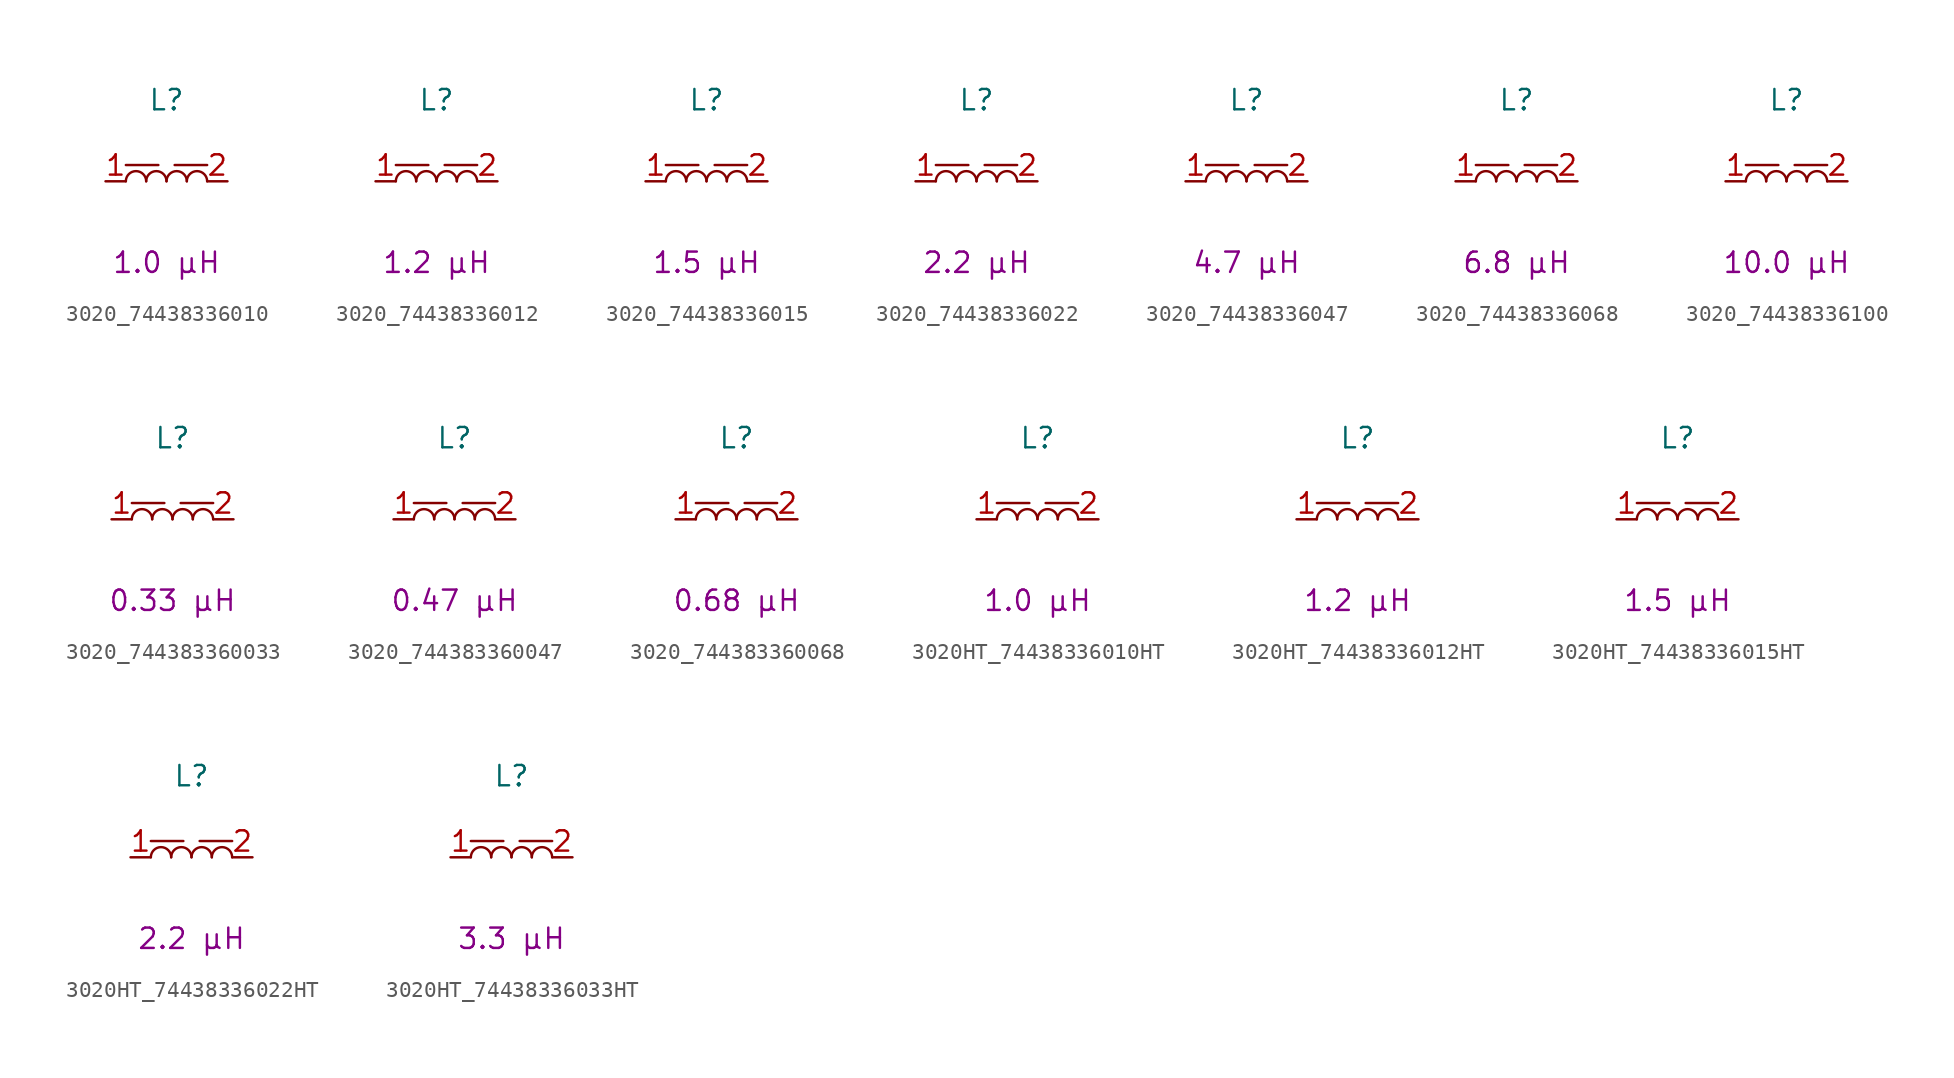
<source format=kicad_sym>
(kicad_symbol_lib
  (version 20241209)
  (generator "kicad_symbol_editor")
  (generator_version "9.0")
  (symbol "3020_74438336010"
    (pin_names
      (hide yes))
    (property "Reference" "L"
      (at 0 5.08 0)
      (effects (font (size 1.27 1.27))))
    (property "Critical Parameter" "1.0 µH"
      (at 0 -5.08 0)
      (effects (font (size 1.27 1.27))))
    (symbol "3020_74438336010_0_1"
      (polyline (pts (xy -2.54 1.016) (xy -0.508 1.016)) (stroke (width 0) (type default)) (fill (type none)))
      (arc (start -2.54 0) (mid -1.905 0.6323) (end -1.27 0) (stroke (width 0) (type default)) (fill (type none)))
      (arc (start -1.27 0) (mid -0.635 0.6323) (end 0 0) (stroke (width 0) (type default)) (fill (type none)))
      (arc (start 0 0) (mid 0.635 0.6323) (end 1.27 0) (stroke (width 0) (type default)) (fill (type none)))
      (arc (start 1.27 0) (mid 1.905 0.6323) (end 2.54 0) (stroke (width 0) (type default)) (fill (type none))))
    (symbol "3020_74438336010_1_1"
      (polyline (pts (xy 2.54 1.016) (xy 0.508 1.016)) (stroke (width 0) (type default)) (fill (type none)))
      (pin passive line (at -3.81 0 0) (length 1.27) (name "1" (effects (font (size 1.27 1.27)))) (number "1" (effects (font (size 1.27 1.27)))))
      (pin passive line (at 3.81 0 180) (length 1.27) (name "2" (effects (font (size 1.27 1.27)))) (number "2" (effects (font (size 1.27 1.27)))))))
  (symbol "3020_74438336012"
    (pin_names
      (hide yes))
    (property "Reference" "L"
      (at 0 5.08 0)
      (effects (font (size 1.27 1.27))))
    (property "Critical Parameter" "1.2 µH"
      (at 0 -5.08 0)
      (effects (font (size 1.27 1.27))))
    (symbol "3020_74438336012_0_1"
      (polyline (pts (xy -2.54 1.016) (xy -0.508 1.016)) (stroke (width 0) (type default)) (fill (type none)))
      (arc (start -2.54 0) (mid -1.905 0.6323) (end -1.27 0) (stroke (width 0) (type default)) (fill (type none)))
      (arc (start -1.27 0) (mid -0.635 0.6323) (end 0 0) (stroke (width 0) (type default)) (fill (type none)))
      (arc (start 0 0) (mid 0.635 0.6323) (end 1.27 0) (stroke (width 0) (type default)) (fill (type none)))
      (arc (start 1.27 0) (mid 1.905 0.6323) (end 2.54 0) (stroke (width 0) (type default)) (fill (type none))))
    (symbol "3020_74438336012_1_1"
      (polyline (pts (xy 2.54 1.016) (xy 0.508 1.016)) (stroke (width 0) (type default)) (fill (type none)))
      (pin passive line (at -3.81 0 0) (length 1.27) (name "1" (effects (font (size 1.27 1.27)))) (number "1" (effects (font (size 1.27 1.27)))))
      (pin passive line (at 3.81 0 180) (length 1.27) (name "2" (effects (font (size 1.27 1.27)))) (number "2" (effects (font (size 1.27 1.27)))))))
  (symbol "3020_74438336015"
    (pin_names
      (hide yes))
    (property "Reference" "L"
      (at 0 5.08 0)
      (effects (font (size 1.27 1.27))))
    (property "Critical Parameter" "1.5 µH"
      (at 0 -5.08 0)
      (effects (font (size 1.27 1.27))))
    (symbol "3020_74438336015_0_1"
      (polyline (pts (xy -2.54 1.016) (xy -0.508 1.016)) (stroke (width 0) (type default)) (fill (type none)))
      (arc (start -2.54 0) (mid -1.905 0.6323) (end -1.27 0) (stroke (width 0) (type default)) (fill (type none)))
      (arc (start -1.27 0) (mid -0.635 0.6323) (end 0 0) (stroke (width 0) (type default)) (fill (type none)))
      (arc (start 0 0) (mid 0.635 0.6323) (end 1.27 0) (stroke (width 0) (type default)) (fill (type none)))
      (arc (start 1.27 0) (mid 1.905 0.6323) (end 2.54 0) (stroke (width 0) (type default)) (fill (type none))))
    (symbol "3020_74438336015_1_1"
      (polyline (pts (xy 2.54 1.016) (xy 0.508 1.016)) (stroke (width 0) (type default)) (fill (type none)))
      (pin passive line (at -3.81 0 0) (length 1.27) (name "1" (effects (font (size 1.27 1.27)))) (number "1" (effects (font (size 1.27 1.27)))))
      (pin passive line (at 3.81 0 180) (length 1.27) (name "2" (effects (font (size 1.27 1.27)))) (number "2" (effects (font (size 1.27 1.27)))))))
  (symbol "3020_74438336022"
    (pin_names
      (hide yes))
    (property "Reference" "L"
      (at 0 5.08 0)
      (effects (font (size 1.27 1.27))))
    (property "Critical Parameter" "2.2 µH"
      (at 0 -5.08 0)
      (effects (font (size 1.27 1.27))))
    (symbol "3020_74438336022_0_1"
      (polyline (pts (xy -2.54 1.016) (xy -0.508 1.016)) (stroke (width 0) (type default)) (fill (type none)))
      (arc (start -2.54 0) (mid -1.905 0.6323) (end -1.27 0) (stroke (width 0) (type default)) (fill (type none)))
      (arc (start -1.27 0) (mid -0.635 0.6323) (end 0 0) (stroke (width 0) (type default)) (fill (type none)))
      (arc (start 0 0) (mid 0.635 0.6323) (end 1.27 0) (stroke (width 0) (type default)) (fill (type none)))
      (arc (start 1.27 0) (mid 1.905 0.6323) (end 2.54 0) (stroke (width 0) (type default)) (fill (type none))))
    (symbol "3020_74438336022_1_1"
      (polyline (pts (xy 2.54 1.016) (xy 0.508 1.016)) (stroke (width 0) (type default)) (fill (type none)))
      (pin passive line (at -3.81 0 0) (length 1.27) (name "1" (effects (font (size 1.27 1.27)))) (number "1" (effects (font (size 1.27 1.27)))))
      (pin passive line (at 3.81 0 180) (length 1.27) (name "2" (effects (font (size 1.27 1.27)))) (number "2" (effects (font (size 1.27 1.27)))))))
  (symbol "3020_74438336047"
    (pin_names
      (hide yes))
    (property "Reference" "L"
      (at 0 5.08 0)
      (effects (font (size 1.27 1.27))))
    (property "Critical Parameter" "4.7 µH"
      (at 0 -5.08 0)
      (effects (font (size 1.27 1.27))))
    (symbol "3020_74438336047_0_1"
      (polyline (pts (xy -2.54 1.016) (xy -0.508 1.016)) (stroke (width 0) (type default)) (fill (type none)))
      (arc (start -2.54 0) (mid -1.905 0.6323) (end -1.27 0) (stroke (width 0) (type default)) (fill (type none)))
      (arc (start -1.27 0) (mid -0.635 0.6323) (end 0 0) (stroke (width 0) (type default)) (fill (type none)))
      (arc (start 0 0) (mid 0.635 0.6323) (end 1.27 0) (stroke (width 0) (type default)) (fill (type none)))
      (arc (start 1.27 0) (mid 1.905 0.6323) (end 2.54 0) (stroke (width 0) (type default)) (fill (type none))))
    (symbol "3020_74438336047_1_1"
      (polyline (pts (xy 2.54 1.016) (xy 0.508 1.016)) (stroke (width 0) (type default)) (fill (type none)))
      (pin passive line (at -3.81 0 0) (length 1.27) (name "1" (effects (font (size 1.27 1.27)))) (number "1" (effects (font (size 1.27 1.27)))))
      (pin passive line (at 3.81 0 180) (length 1.27) (name "2" (effects (font (size 1.27 1.27)))) (number "2" (effects (font (size 1.27 1.27)))))))
  (symbol "3020_74438336068"
    (pin_names
      (hide yes))
    (property "Reference" "L"
      (at 0 5.08 0)
      (effects (font (size 1.27 1.27))))
    (property "Critical Parameter" "6.8 µH"
      (at 0 -5.08 0)
      (effects (font (size 1.27 1.27))))
    (symbol "3020_74438336068_0_1"
      (polyline (pts (xy -2.54 1.016) (xy -0.508 1.016)) (stroke (width 0) (type default)) (fill (type none)))
      (arc (start -2.54 0) (mid -1.905 0.6323) (end -1.27 0) (stroke (width 0) (type default)) (fill (type none)))
      (arc (start -1.27 0) (mid -0.635 0.6323) (end 0 0) (stroke (width 0) (type default)) (fill (type none)))
      (arc (start 0 0) (mid 0.635 0.6323) (end 1.27 0) (stroke (width 0) (type default)) (fill (type none)))
      (arc (start 1.27 0) (mid 1.905 0.6323) (end 2.54 0) (stroke (width 0) (type default)) (fill (type none))))
    (symbol "3020_74438336068_1_1"
      (polyline (pts (xy 2.54 1.016) (xy 0.508 1.016)) (stroke (width 0) (type default)) (fill (type none)))
      (pin passive line (at -3.81 0 0) (length 1.27) (name "1" (effects (font (size 1.27 1.27)))) (number "1" (effects (font (size 1.27 1.27)))))
      (pin passive line (at 3.81 0 180) (length 1.27) (name "2" (effects (font (size 1.27 1.27)))) (number "2" (effects (font (size 1.27 1.27)))))))
  (symbol "3020_74438336100"
    (pin_names
      (hide yes))
    (property "Reference" "L"
      (at 0 5.08 0)
      (effects (font (size 1.27 1.27))))
    (property "Critical Parameter" "10.0 µH"
      (at 0 -5.08 0)
      (effects (font (size 1.27 1.27))))
    (symbol "3020_74438336100_0_1"
      (polyline (pts (xy -2.54 1.016) (xy -0.508 1.016)) (stroke (width 0) (type default)) (fill (type none)))
      (arc (start -2.54 0) (mid -1.905 0.6323) (end -1.27 0) (stroke (width 0) (type default)) (fill (type none)))
      (arc (start -1.27 0) (mid -0.635 0.6323) (end 0 0) (stroke (width 0) (type default)) (fill (type none)))
      (arc (start 0 0) (mid 0.635 0.6323) (end 1.27 0) (stroke (width 0) (type default)) (fill (type none)))
      (arc (start 1.27 0) (mid 1.905 0.6323) (end 2.54 0) (stroke (width 0) (type default)) (fill (type none))))
    (symbol "3020_74438336100_1_1"
      (polyline (pts (xy 2.54 1.016) (xy 0.508 1.016)) (stroke (width 0) (type default)) (fill (type none)))
      (pin passive line (at -3.81 0 0) (length 1.27) (name "1" (effects (font (size 1.27 1.27)))) (number "1" (effects (font (size 1.27 1.27)))))
      (pin passive line (at 3.81 0 180) (length 1.27) (name "2" (effects (font (size 1.27 1.27)))) (number "2" (effects (font (size 1.27 1.27)))))))
  (symbol "3020_744383360033"
    (pin_names
      (hide yes))
    (property "Reference" "L"
      (at 0 5.08 0)
      (effects (font (size 1.27 1.27))))
    (property "Critical Parameter" "0.33 µH"
      (at 0 -5.08 0)
      (effects (font (size 1.27 1.27))))
    (symbol "3020_744383360033_0_1"
      (polyline (pts (xy -2.54 1.016) (xy -0.508 1.016)) (stroke (width 0) (type default)) (fill (type none)))
      (arc (start -2.54 0) (mid -1.905 0.6323) (end -1.27 0) (stroke (width 0) (type default)) (fill (type none)))
      (arc (start -1.27 0) (mid -0.635 0.6323) (end 0 0) (stroke (width 0) (type default)) (fill (type none)))
      (arc (start 0 0) (mid 0.635 0.6323) (end 1.27 0) (stroke (width 0) (type default)) (fill (type none)))
      (arc (start 1.27 0) (mid 1.905 0.6323) (end 2.54 0) (stroke (width 0) (type default)) (fill (type none))))
    (symbol "3020_744383360033_1_1"
      (polyline (pts (xy 2.54 1.016) (xy 0.508 1.016)) (stroke (width 0) (type default)) (fill (type none)))
      (pin passive line (at -3.81 0 0) (length 1.27) (name "1" (effects (font (size 1.27 1.27)))) (number "1" (effects (font (size 1.27 1.27)))))
      (pin passive line (at 3.81 0 180) (length 1.27) (name "2" (effects (font (size 1.27 1.27)))) (number "2" (effects (font (size 1.27 1.27)))))))
  (symbol "3020_744383360047"
    (pin_names
      (hide yes))
    (property "Reference" "L"
      (at 0 5.08 0)
      (effects (font (size 1.27 1.27))))
    (property "Critical Parameter" "0.47 µH"
      (at 0 -5.08 0)
      (effects (font (size 1.27 1.27))))
    (symbol "3020_744383360047_0_1"
      (polyline (pts (xy -2.54 1.016) (xy -0.508 1.016)) (stroke (width 0) (type default)) (fill (type none)))
      (arc (start -2.54 0) (mid -1.905 0.6323) (end -1.27 0) (stroke (width 0) (type default)) (fill (type none)))
      (arc (start -1.27 0) (mid -0.635 0.6323) (end 0 0) (stroke (width 0) (type default)) (fill (type none)))
      (arc (start 0 0) (mid 0.635 0.6323) (end 1.27 0) (stroke (width 0) (type default)) (fill (type none)))
      (arc (start 1.27 0) (mid 1.905 0.6323) (end 2.54 0) (stroke (width 0) (type default)) (fill (type none))))
    (symbol "3020_744383360047_1_1"
      (polyline (pts (xy 2.54 1.016) (xy 0.508 1.016)) (stroke (width 0) (type default)) (fill (type none)))
      (pin passive line (at -3.81 0 0) (length 1.27) (name "1" (effects (font (size 1.27 1.27)))) (number "1" (effects (font (size 1.27 1.27)))))
      (pin passive line (at 3.81 0 180) (length 1.27) (name "2" (effects (font (size 1.27 1.27)))) (number "2" (effects (font (size 1.27 1.27)))))))
  (symbol "3020_744383360068"
    (pin_names
      (hide yes))
    (property "Reference" "L"
      (at 0 5.08 0)
      (effects (font (size 1.27 1.27))))
    (property "Critical Parameter" "0.68 µH"
      (at 0 -5.08 0)
      (effects (font (size 1.27 1.27))))
    (symbol "3020_744383360068_0_1"
      (polyline (pts (xy -2.54 1.016) (xy -0.508 1.016)) (stroke (width 0) (type default)) (fill (type none)))
      (arc (start -2.54 0) (mid -1.905 0.6323) (end -1.27 0) (stroke (width 0) (type default)) (fill (type none)))
      (arc (start -1.27 0) (mid -0.635 0.6323) (end 0 0) (stroke (width 0) (type default)) (fill (type none)))
      (arc (start 0 0) (mid 0.635 0.6323) (end 1.27 0) (stroke (width 0) (type default)) (fill (type none)))
      (arc (start 1.27 0) (mid 1.905 0.6323) (end 2.54 0) (stroke (width 0) (type default)) (fill (type none))))
    (symbol "3020_744383360068_1_1"
      (polyline (pts (xy 2.54 1.016) (xy 0.508 1.016)) (stroke (width 0) (type default)) (fill (type none)))
      (pin passive line (at -3.81 0 0) (length 1.27) (name "1" (effects (font (size 1.27 1.27)))) (number "1" (effects (font (size 1.27 1.27)))))
      (pin passive line (at 3.81 0 180) (length 1.27) (name "2" (effects (font (size 1.27 1.27)))) (number "2" (effects (font (size 1.27 1.27)))))))
  (symbol "3020HT_74438336010HT"
    (pin_names
      (hide yes))
    (property "Reference" "L"
      (at 0 5.08 0)
      (effects (font (size 1.27 1.27))))
    (property "Critical Parameter" "1.0 µH"
      (at 0 -5.08 0)
      (effects (font (size 1.27 1.27))))
    (symbol "3020HT_74438336010HT_0_1"
      (polyline (pts (xy -2.54 1.016) (xy -0.508 1.016)) (stroke (width 0) (type default)) (fill (type none)))
      (arc (start -2.54 0) (mid -1.905 0.6323) (end -1.27 0) (stroke (width 0) (type default)) (fill (type none)))
      (arc (start -1.27 0) (mid -0.635 0.6323) (end 0 0) (stroke (width 0) (type default)) (fill (type none)))
      (arc (start 0 0) (mid 0.635 0.6323) (end 1.27 0) (stroke (width 0) (type default)) (fill (type none)))
      (arc (start 1.27 0) (mid 1.905 0.6323) (end 2.54 0) (stroke (width 0) (type default)) (fill (type none))))
    (symbol "3020HT_74438336010HT_1_1"
      (polyline (pts (xy 2.54 1.016) (xy 0.508 1.016)) (stroke (width 0) (type default)) (fill (type none)))
      (pin passive line (at -3.81 0 0) (length 1.27) (name "1" (effects (font (size 1.27 1.27)))) (number "1" (effects (font (size 1.27 1.27)))))
      (pin passive line (at 3.81 0 180) (length 1.27) (name "2" (effects (font (size 1.27 1.27)))) (number "2" (effects (font (size 1.27 1.27)))))))
  (symbol "3020HT_74438336012HT"
    (pin_names
      (hide yes))
    (property "Reference" "L"
      (at 0 5.08 0)
      (effects (font (size 1.27 1.27))))
    (property "Critical Parameter" "1.2 µH"
      (at 0 -5.08 0)
      (effects (font (size 1.27 1.27))))
    (symbol "3020HT_74438336012HT_0_1"
      (polyline (pts (xy -2.54 1.016) (xy -0.508 1.016)) (stroke (width 0) (type default)) (fill (type none)))
      (arc (start -2.54 0) (mid -1.905 0.6323) (end -1.27 0) (stroke (width 0) (type default)) (fill (type none)))
      (arc (start -1.27 0) (mid -0.635 0.6323) (end 0 0) (stroke (width 0) (type default)) (fill (type none)))
      (arc (start 0 0) (mid 0.635 0.6323) (end 1.27 0) (stroke (width 0) (type default)) (fill (type none)))
      (arc (start 1.27 0) (mid 1.905 0.6323) (end 2.54 0) (stroke (width 0) (type default)) (fill (type none))))
    (symbol "3020HT_74438336012HT_1_1"
      (polyline (pts (xy 2.54 1.016) (xy 0.508 1.016)) (stroke (width 0) (type default)) (fill (type none)))
      (pin passive line (at -3.81 0 0) (length 1.27) (name "1" (effects (font (size 1.27 1.27)))) (number "1" (effects (font (size 1.27 1.27)))))
      (pin passive line (at 3.81 0 180) (length 1.27) (name "2" (effects (font (size 1.27 1.27)))) (number "2" (effects (font (size 1.27 1.27)))))))
  (symbol "3020HT_74438336015HT"
    (pin_names
      (hide yes))
    (property "Reference" "L"
      (at 0 5.08 0)
      (effects (font (size 1.27 1.27))))
    (property "Critical Parameter" "1.5 µH"
      (at 0 -5.08 0)
      (effects (font (size 1.27 1.27))))
    (symbol "3020HT_74438336015HT_0_1"
      (polyline (pts (xy -2.54 1.016) (xy -0.508 1.016)) (stroke (width 0) (type default)) (fill (type none)))
      (arc (start -2.54 0) (mid -1.905 0.6323) (end -1.27 0) (stroke (width 0) (type default)) (fill (type none)))
      (arc (start -1.27 0) (mid -0.635 0.6323) (end 0 0) (stroke (width 0) (type default)) (fill (type none)))
      (arc (start 0 0) (mid 0.635 0.6323) (end 1.27 0) (stroke (width 0) (type default)) (fill (type none)))
      (arc (start 1.27 0) (mid 1.905 0.6323) (end 2.54 0) (stroke (width 0) (type default)) (fill (type none))))
    (symbol "3020HT_74438336015HT_1_1"
      (polyline (pts (xy 2.54 1.016) (xy 0.508 1.016)) (stroke (width 0) (type default)) (fill (type none)))
      (pin passive line (at -3.81 0 0) (length 1.27) (name "1" (effects (font (size 1.27 1.27)))) (number "1" (effects (font (size 1.27 1.27)))))
      (pin passive line (at 3.81 0 180) (length 1.27) (name "2" (effects (font (size 1.27 1.27)))) (number "2" (effects (font (size 1.27 1.27)))))))
  (symbol "3020HT_74438336022HT"
    (pin_names
      (hide yes))
    (property "Reference" "L"
      (at 0 5.08 0)
      (effects (font (size 1.27 1.27))))
    (property "Critical Parameter" "2.2 µH"
      (at 0 -5.08 0)
      (effects (font (size 1.27 1.27))))
    (symbol "3020HT_74438336022HT_0_1"
      (polyline (pts (xy -2.54 1.016) (xy -0.508 1.016)) (stroke (width 0) (type default)) (fill (type none)))
      (arc (start -2.54 0) (mid -1.905 0.6323) (end -1.27 0) (stroke (width 0) (type default)) (fill (type none)))
      (arc (start -1.27 0) (mid -0.635 0.6323) (end 0 0) (stroke (width 0) (type default)) (fill (type none)))
      (arc (start 0 0) (mid 0.635 0.6323) (end 1.27 0) (stroke (width 0) (type default)) (fill (type none)))
      (arc (start 1.27 0) (mid 1.905 0.6323) (end 2.54 0) (stroke (width 0) (type default)) (fill (type none))))
    (symbol "3020HT_74438336022HT_1_1"
      (polyline (pts (xy 2.54 1.016) (xy 0.508 1.016)) (stroke (width 0) (type default)) (fill (type none)))
      (pin passive line (at -3.81 0 0) (length 1.27) (name "1" (effects (font (size 1.27 1.27)))) (number "1" (effects (font (size 1.27 1.27)))))
      (pin passive line (at 3.81 0 180) (length 1.27) (name "2" (effects (font (size 1.27 1.27)))) (number "2" (effects (font (size 1.27 1.27)))))))
  (symbol "3020HT_74438336033HT"
    (pin_names
      (hide yes))
    (property "Reference" "L"
      (at 0 5.08 0)
      (effects (font (size 1.27 1.27))))
    (property "Critical Parameter" "3.3 µH"
      (at 0 -5.08 0)
      (effects (font (size 1.27 1.27))))
    (symbol "3020HT_74438336033HT_0_1"
      (polyline (pts (xy -2.54 1.016) (xy -0.508 1.016)) (stroke (width 0) (type default)) (fill (type none)))
      (arc (start -2.54 0) (mid -1.905 0.6323) (end -1.27 0) (stroke (width 0) (type default)) (fill (type none)))
      (arc (start -1.27 0) (mid -0.635 0.6323) (end 0 0) (stroke (width 0) (type default)) (fill (type none)))
      (arc (start 0 0) (mid 0.635 0.6323) (end 1.27 0) (stroke (width 0) (type default)) (fill (type none)))
      (arc (start 1.27 0) (mid 1.905 0.6323) (end 2.54 0) (stroke (width 0) (type default)) (fill (type none))))
    (symbol "3020HT_74438336033HT_1_1"
      (polyline (pts (xy 2.54 1.016) (xy 0.508 1.016)) (stroke (width 0) (type default)) (fill (type none)))
      (pin passive line (at -3.81 0 0) (length 1.27) (name "1" (effects (font (size 1.27 1.27)))) (number "1" (effects (font (size 1.27 1.27)))))
      (pin passive line (at 3.81 0 180) (length 1.27) (name "2" (effects (font (size 1.27 1.27)))) (number "2" (effects (font (size 1.27 1.27))))))))
</source>
